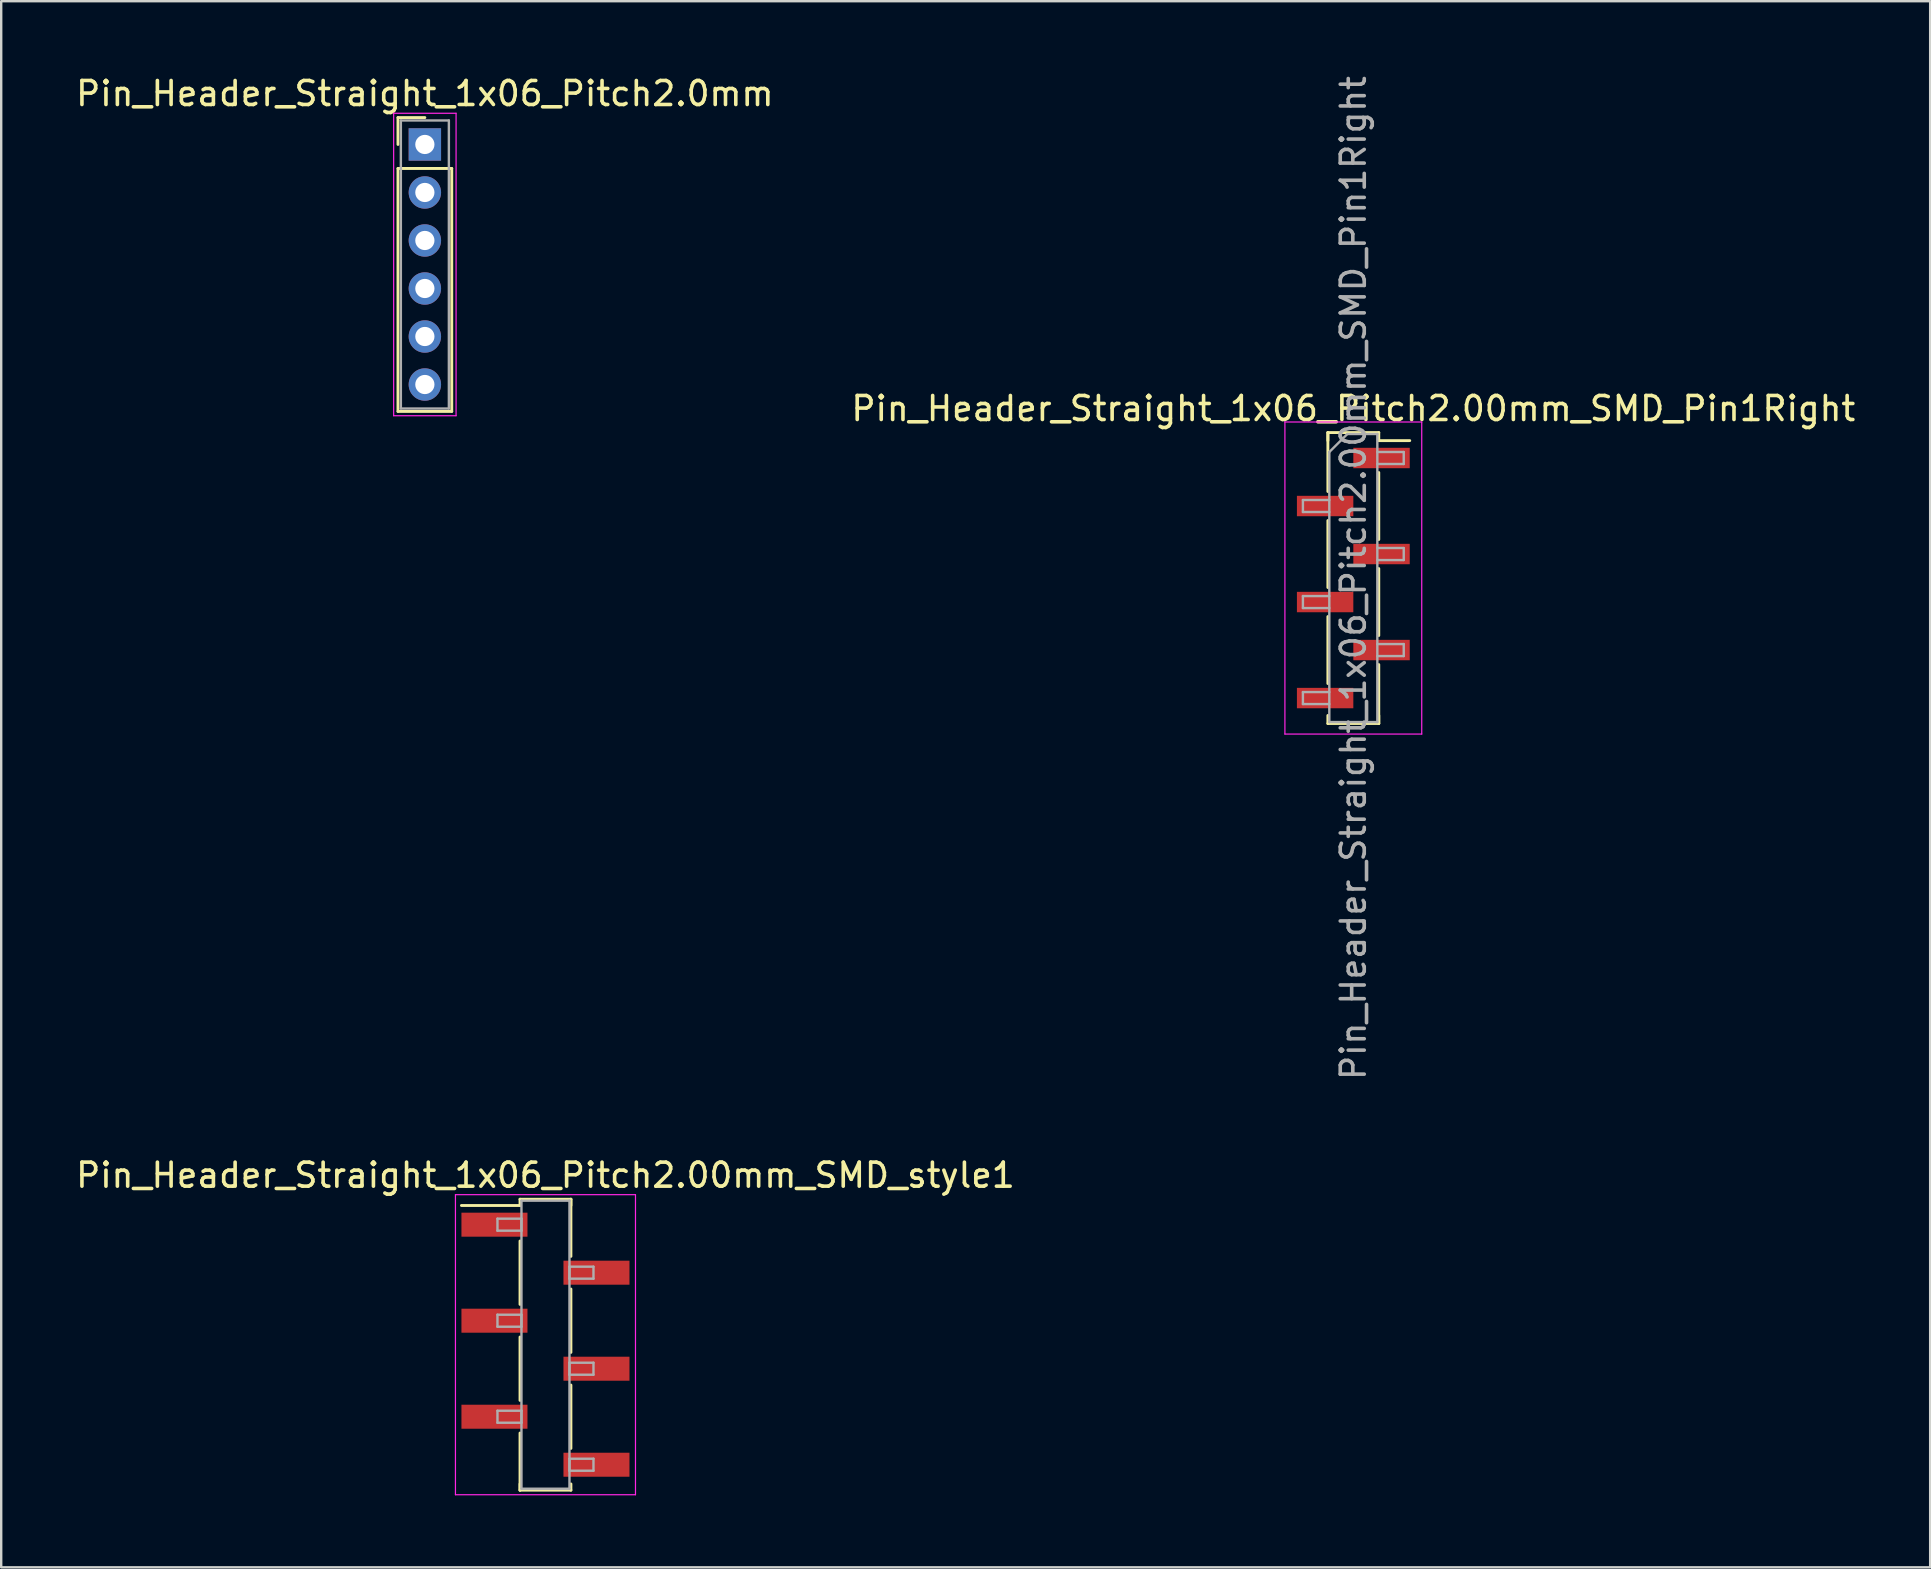
<source format=kicad_pcb>
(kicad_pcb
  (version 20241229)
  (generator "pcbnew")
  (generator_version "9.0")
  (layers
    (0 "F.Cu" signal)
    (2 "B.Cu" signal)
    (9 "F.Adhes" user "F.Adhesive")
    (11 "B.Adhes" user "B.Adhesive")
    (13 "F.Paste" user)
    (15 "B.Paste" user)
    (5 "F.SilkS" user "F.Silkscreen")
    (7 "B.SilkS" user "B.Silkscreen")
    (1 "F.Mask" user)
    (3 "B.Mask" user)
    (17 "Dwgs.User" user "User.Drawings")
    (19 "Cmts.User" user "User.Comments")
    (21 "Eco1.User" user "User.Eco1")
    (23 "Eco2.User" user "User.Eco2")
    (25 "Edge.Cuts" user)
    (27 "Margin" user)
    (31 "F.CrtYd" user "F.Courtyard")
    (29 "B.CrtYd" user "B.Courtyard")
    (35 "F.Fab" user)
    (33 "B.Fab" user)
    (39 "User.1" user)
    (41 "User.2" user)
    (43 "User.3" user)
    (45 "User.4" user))
  (footprint "Pin_Header_Straight_1x06_Pitch2.00mm_SMD_Pin1Right"
    (layer "F.Cu")
    (at 53.327 21.03)
    (property "Reference" "Pin_Header_Straight_1x06_Pitch2.00mm_SMD_Pin1Right" (at 0 -7.06 0) (layer "F.SilkS") (effects (font (size 1 1) (thickness 0.15))))
    (attr smd)
    (fp_line (start -1.06 -6.06) (end -1.06 -3.605) (stroke (width 0.12) (type solid)) (layer "F.SilkS"))
    (fp_line (start -1.06 -6.06) (end 1.06 -6.06) (stroke (width 0.12) (type solid)) (layer "F.SilkS"))
    (fp_line (start -1.06 -5.725) (end -1.06 -6.06) (stroke (width 0.12) (type solid)) (layer "F.SilkS"))
    (fp_line (start -1.06 -2.395) (end -1.06 0.395) (stroke (width 0.12) (type solid)) (layer "F.SilkS"))
    (fp_line (start -1.06 1.605) (end -1.06 4.395) (stroke (width 0.12) (type solid)) (layer "F.SilkS"))
    (fp_line (start -1.06 5.725) (end -1.06 6.06) (stroke (width 0.12) (type solid)) (layer "F.SilkS"))
    (fp_line (start -1.06 6.06) (end 1.06 6.06) (stroke (width 0.12) (type solid)) (layer "F.SilkS"))
    (fp_line (start 1.06 -6.06) (end 1.06 -5.725) (stroke (width 0.12) (type solid)) (layer "F.SilkS"))
    (fp_line (start 1.06 -5.725) (end 2.35 -5.725) (stroke (width 0.12) (type solid)) (layer "F.SilkS"))
    (fp_line (start 1.06 -4.395) (end 1.06 -1.605) (stroke (width 0.12) (type solid)) (layer "F.SilkS"))
    (fp_line (start 1.06 -0.395) (end 1.06 2.395) (stroke (width 0.12) (type solid)) (layer "F.SilkS"))
    (fp_line (start 1.06 3.605) (end 1.06 6.06) (stroke (width 0.12) (type solid)) (layer "F.SilkS"))
    (fp_line (start 1.06 6.06) (end 1.06 5.725) (stroke (width 0.12) (type solid)) (layer "F.SilkS"))
    (fp_line (start -2.85 -6.5) (end -2.85 6.5) (stroke (width 0.05) (type solid)) (layer "F.CrtYd"))
    (fp_line (start -2.85 6.5) (end 2.85 6.5) (stroke (width 0.05) (type solid)) (layer "F.CrtYd"))
    (fp_line (start 2.85 -6.5) (end -2.85 -6.5) (stroke (width 0.05) (type solid)) (layer "F.CrtYd"))
    (fp_line (start 2.85 6.5) (end 2.85 -6.5) (stroke (width 0.05) (type solid)) (layer "F.CrtYd"))
    (fp_line (start -2.1 -3.25) (end -2.1 -2.75) (stroke (width 0.1) (type solid)) (layer "F.Fab"))
    (fp_line (start -2.1 -2.75) (end -1 -2.75) (stroke (width 0.1) (type solid)) (layer "F.Fab"))
    (fp_line (start -2.1 0.75) (end -2.1 1.25) (stroke (width 0.1) (type solid)) (layer "F.Fab"))
    (fp_line (start -2.1 1.25) (end -1 1.25) (stroke (width 0.1) (type solid)) (layer "F.Fab"))
    (fp_line (start -2.1 4.75) (end -2.1 5.25) (stroke (width 0.1) (type solid)) (layer "F.Fab"))
    (fp_line (start -2.1 5.25) (end -1 5.25) (stroke (width 0.1) (type solid)) (layer "F.Fab"))
    (fp_line (start -1 -5.25) (end -0.25 -6) (stroke (width 0.1) (type solid)) (layer "F.Fab"))
    (fp_line (start -1 -3.25) (end -2.1 -3.25) (stroke (width 0.1) (type solid)) (layer "F.Fab"))
    (fp_line (start -1 0.75) (end -2.1 0.75) (stroke (width 0.1) (type solid)) (layer "F.Fab"))
    (fp_line (start -1 4.75) (end -2.1 4.75) (stroke (width 0.1) (type solid)) (layer "F.Fab"))
    (fp_line (start -1 6) (end -1 -5.25) (stroke (width 0.1) (type solid)) (layer "F.Fab"))
    (fp_line (start -0.25 -6) (end 1 -6) (stroke (width 0.1) (type solid)) (layer "F.Fab"))
    (fp_line (start 1 -6) (end 1 6) (stroke (width 0.1) (type solid)) (layer "F.Fab"))
    (fp_line (start 1 -5.25) (end 2.1 -5.25) (stroke (width 0.1) (type solid)) (layer "F.Fab"))
    (fp_line (start 1 -1.25) (end 2.1 -1.25) (stroke (width 0.1) (type solid)) (layer "F.Fab"))
    (fp_line (start 1 2.75) (end 2.1 2.75) (stroke (width 0.1) (type solid)) (layer "F.Fab"))
    (fp_line (start 1 6) (end -1 6) (stroke (width 0.1) (type solid)) (layer "F.Fab"))
    (fp_line (start 2.1 -5.25) (end 2.1 -4.75) (stroke (width 0.1) (type solid)) (layer "F.Fab"))
    (fp_line (start 2.1 -4.75) (end 1 -4.75) (stroke (width 0.1) (type solid)) (layer "F.Fab"))
    (fp_line (start 2.1 -1.25) (end 2.1 -0.75) (stroke (width 0.1) (type solid)) (layer "F.Fab"))
    (fp_line (start 2.1 -0.75) (end 1 -0.75) (stroke (width 0.1) (type solid)) (layer "F.Fab"))
    (fp_line (start 2.1 2.75) (end 2.1 3.25) (stroke (width 0.1) (type solid)) (layer "F.Fab"))
    (fp_line (start 2.1 3.25) (end 1 3.25) (stroke (width 0.1) (type solid)) (layer "F.Fab"))
    (fp_text user "${REFERENCE}" (at 0 0 90) (layer "F.Fab") (effects (font (size 1 1) (thickness 0.15))))
    (pad "1" smd rect (at 1.175 -5) (size 2.35 0.85) (layers "F.Cu" "F.Mask" "F.Paste"))
    (pad "2" smd rect (at -1.175 -3) (size 2.35 0.85) (layers "F.Cu" "F.Mask" "F.Paste"))
    (pad "3" smd rect (at 1.175 -1) (size 2.35 0.85) (layers "F.Cu" "F.Mask" "F.Paste"))
    (pad "4" smd rect (at -1.175 1) (size 2.35 0.85) (layers "F.Cu" "F.Mask" "F.Paste"))
    (pad "5" smd rect (at 1.175 3) (size 2.35 0.85) (layers "F.Cu" "F.Mask" "F.Paste"))
    (pad "6" smd rect (at -1.175 5) (size 2.35 0.85) (layers "F.Cu" "F.Mask" "F.Paste")))
  (footprint "Pin_Header_Straight_1x06_Pitch2.0mm"
    (layer "F.Cu")
    (at 14.649 2.968)
    (property "Reference" "Pin_Header_Straight_1x06_Pitch2.0mm" (at 0 -2.12 0) (layer "F.SilkS") (effects (font (size 1 1) (thickness 0.15))))
    (attr through_hole)
    (fp_line (start -1.12 -1.12) (end 0 -1.12) (stroke (width 0.12) (type solid)) (layer "F.SilkS"))
    (fp_line (start -1.12 0) (end -1.12 -1.12) (stroke (width 0.12) (type solid)) (layer "F.SilkS"))
    (fp_line (start -1.12 1) (end -1.12 11.12) (stroke (width 0.12) (type solid)) (layer "F.SilkS"))
    (fp_line (start -1.12 11.12) (end 1.12 11.12) (stroke (width 0.12) (type solid)) (layer "F.SilkS"))
    (fp_line (start 1.12 1) (end -1.12 1) (stroke (width 0.12) (type solid)) (layer "F.SilkS"))
    (fp_line (start 1.12 11.12) (end 1.12 1) (stroke (width 0.12) (type solid)) (layer "F.SilkS"))
    (fp_line (start -1.3 -1.3) (end -1.3 11.3) (stroke (width 0.05) (type solid)) (layer "F.CrtYd"))
    (fp_line (start -1.3 11.3) (end 1.3 11.3) (stroke (width 0.05) (type solid)) (layer "F.CrtYd"))
    (fp_line (start 1.3 -1.3) (end -1.3 -1.3) (stroke (width 0.05) (type solid)) (layer "F.CrtYd"))
    (fp_line (start 1.3 11.3) (end 1.3 -1.3) (stroke (width 0.05) (type solid)) (layer "F.CrtYd"))
    (fp_line (start -1 -1) (end -1 11) (stroke (width 0.1) (type solid)) (layer "F.Fab"))
    (fp_line (start -1 11) (end 1 11) (stroke (width 0.1) (type solid)) (layer "F.Fab"))
    (fp_line (start 1 -1) (end -1 -1) (stroke (width 0.1) (type solid)) (layer "F.Fab"))
    (fp_line (start 1 11) (end 1 -1) (stroke (width 0.1) (type solid)) (layer "F.Fab"))
    (pad "1" thru_hole rect (at 0 0) (size 1.35 1.35) (drill 0.8) (layers "*.Cu" "*.Mask"))
    (pad "2" thru_hole oval (at 0 2) (size 1.35 1.35) (drill 0.8) (layers "*.Cu" "*.Mask"))
    (pad "3" thru_hole oval (at 0 4) (size 1.35 1.35) (drill 0.8) (layers "*.Cu" "*.Mask"))
    (pad "4" thru_hole oval (at 0 6) (size 1.35 1.35) (drill 0.8) (layers "*.Cu" "*.Mask"))
    (pad "5" thru_hole oval (at 0 8) (size 1.35 1.35) (drill 0.8) (layers "*.Cu" "*.Mask"))
    (pad "6" thru_hole oval (at 0 10) (size 1.35 1.35) (drill 0.8) (layers "*.Cu" "*.Mask")))
  (footprint "Pin_Header_Straight_1x06_Pitch2.00mm_SMD_style1"
    (layer "F.Cu")
    (at 19.673 52.968)
    (property "Reference" "Pin_Header_Straight_1x06_Pitch2.00mm_SMD_style1" (at 0 -7.06 0) (layer "F.SilkS") (effects (font (size 1 1) (thickness 0.15))))
    (attr smd)
    (fp_line (start -1.06 -6.06) (end 1.06 -6.06) (stroke (width 0.12) (type solid)) (layer "F.SilkS"))
    (fp_line (start -1.06 -5.8) (end -3.5 -5.8) (stroke (width 0.12) (type solid)) (layer "F.SilkS"))
    (fp_line (start -1.06 -5.8) (end -1.06 -6.06) (stroke (width 0.12) (type solid)) (layer "F.SilkS"))
    (fp_line (start -1.06 -4.32) (end -1.06 -1.68) (stroke (width 0.12) (type solid)) (layer "F.SilkS"))
    (fp_line (start -1.06 -0.32) (end -1.06 2.32) (stroke (width 0.12) (type solid)) (layer "F.SilkS"))
    (fp_line (start -1.06 3.68) (end -1.06 6.06) (stroke (width 0.12) (type solid)) (layer "F.SilkS"))
    (fp_line (start -1.06 5.8) (end -1.06 6.06) (stroke (width 0.12) (type solid)) (layer "F.SilkS"))
    (fp_line (start -1.06 6.06) (end 1.06 6.06) (stroke (width 0.12) (type solid)) (layer "F.SilkS"))
    (fp_line (start 1.06 -6.06) (end 1.06 -5.8) (stroke (width 0.12) (type solid)) (layer "F.SilkS"))
    (fp_line (start 1.06 -6.06) (end 1.06 -3.68) (stroke (width 0.12) (type solid)) (layer "F.SilkS"))
    (fp_line (start 1.06 -2.32) (end 1.06 0.32) (stroke (width 0.12) (type solid)) (layer "F.SilkS"))
    (fp_line (start 1.06 1.68) (end 1.06 4.32) (stroke (width 0.12) (type solid)) (layer "F.SilkS"))
    (fp_line (start 1.06 6.06) (end 1.06 5.8) (stroke (width 0.12) (type solid)) (layer "F.SilkS"))
    (fp_line (start -3.75 -6.25) (end -3.75 6.25) (stroke (width 0.05) (type solid)) (layer "F.CrtYd"))
    (fp_line (start -3.75 6.25) (end 3.75 6.25) (stroke (width 0.05) (type solid)) (layer "F.CrtYd"))
    (fp_line (start 3.75 -6.25) (end -3.75 -6.25) (stroke (width 0.05) (type solid)) (layer "F.CrtYd"))
    (fp_line (start 3.75 6.25) (end 3.75 -6.25) (stroke (width 0.05) (type solid)) (layer "F.CrtYd"))
    (fp_line (start -2 -5.25) (end -1 -5.25) (stroke (width 0.1) (type solid)) (layer "F.Fab"))
    (fp_line (start -2 -4.75) (end -2 -5.25) (stroke (width 0.1) (type solid)) (layer "F.Fab"))
    (fp_line (start -2 -1.25) (end -1 -1.25) (stroke (width 0.1) (type solid)) (layer "F.Fab"))
    (fp_line (start -2 -0.75) (end -2 -1.25) (stroke (width 0.1) (type solid)) (layer "F.Fab"))
    (fp_line (start -2 2.75) (end -1 2.75) (stroke (width 0.1) (type solid)) (layer "F.Fab"))
    (fp_line (start -2 3.25) (end -2 2.75) (stroke (width 0.1) (type solid)) (layer "F.Fab"))
    (fp_line (start -1 -6) (end -1 6) (stroke (width 0.1) (type solid)) (layer "F.Fab"))
    (fp_line (start -1 -5.25) (end -1 -4.75) (stroke (width 0.1) (type solid)) (layer "F.Fab"))
    (fp_line (start -1 -4.75) (end -2 -4.75) (stroke (width 0.1) (type solid)) (layer "F.Fab"))
    (fp_line (start -1 -1.25) (end -1 -0.75) (stroke (width 0.1) (type solid)) (layer "F.Fab"))
    (fp_line (start -1 -0.75) (end -2 -0.75) (stroke (width 0.1) (type solid)) (layer "F.Fab"))
    (fp_line (start -1 2.75) (end -1 3.25) (stroke (width 0.1) (type solid)) (layer "F.Fab"))
    (fp_line (start -1 3.25) (end -2 3.25) (stroke (width 0.1) (type solid)) (layer "F.Fab"))
    (fp_line (start -1 6) (end 1 6) (stroke (width 0.1) (type solid)) (layer "F.Fab"))
    (fp_line (start 1 -6) (end -1 -6) (stroke (width 0.1) (type solid)) (layer "F.Fab"))
    (fp_line (start 1 -3.25) (end 1 -2.75) (stroke (width 0.1) (type solid)) (layer "F.Fab"))
    (fp_line (start 1 -2.75) (end 2 -2.75) (stroke (width 0.1) (type solid)) (layer "F.Fab"))
    (fp_line (start 1 0.75) (end 1 1.25) (stroke (width 0.1) (type solid)) (layer "F.Fab"))
    (fp_line (start 1 1.25) (end 2 1.25) (stroke (width 0.1) (type solid)) (layer "F.Fab"))
    (fp_line (start 1 4.75) (end 1 5.25) (stroke (width 0.1) (type solid)) (layer "F.Fab"))
    (fp_line (start 1 5.25) (end 2 5.25) (stroke (width 0.1) (type solid)) (layer "F.Fab"))
    (fp_line (start 1 6) (end 1 -6) (stroke (width 0.1) (type solid)) (layer "F.Fab"))
    (fp_line (start 2 -3.25) (end 1 -3.25) (stroke (width 0.1) (type solid)) (layer "F.Fab"))
    (fp_line (start 2 -2.75) (end 2 -3.25) (stroke (width 0.1) (type solid)) (layer "F.Fab"))
    (fp_line (start 2 0.75) (end 1 0.75) (stroke (width 0.1) (type solid)) (layer "F.Fab"))
    (fp_line (start 2 1.25) (end 2 0.75) (stroke (width 0.1) (type solid)) (layer "F.Fab"))
    (fp_line (start 2 4.75) (end 1 4.75) (stroke (width 0.1) (type solid)) (layer "F.Fab"))
    (fp_line (start 2 5.25) (end 2 4.75) (stroke (width 0.1) (type solid)) (layer "F.Fab"))
    (pad "1" smd rect (at -2.125 -5) (size 2.75 1) (layers "F.Cu" "F.Mask"))
    (pad "2" smd rect (at 2.125 -3) (size 2.75 1) (layers "F.Cu" "F.Mask"))
    (pad "3" smd rect (at -2.125 -1) (size 2.75 1) (layers "F.Cu" "F.Mask"))
    (pad "4" smd rect (at 2.125 1) (size 2.75 1) (layers "F.Cu" "F.Mask"))
    (pad "5" smd rect (at -2.125 3) (size 2.75 1) (layers "F.Cu" "F.Mask"))
    (pad "6" smd rect (at 2.125 5) (size 2.75 1) (layers "F.Cu" "F.Mask")))
  (gr_rect
    (start -3 -3)
    (end 77.357 62.243)
    (stroke (width 0.1) (type default))
    (fill no)
    (layer "Edge.Cuts")))
</source>
